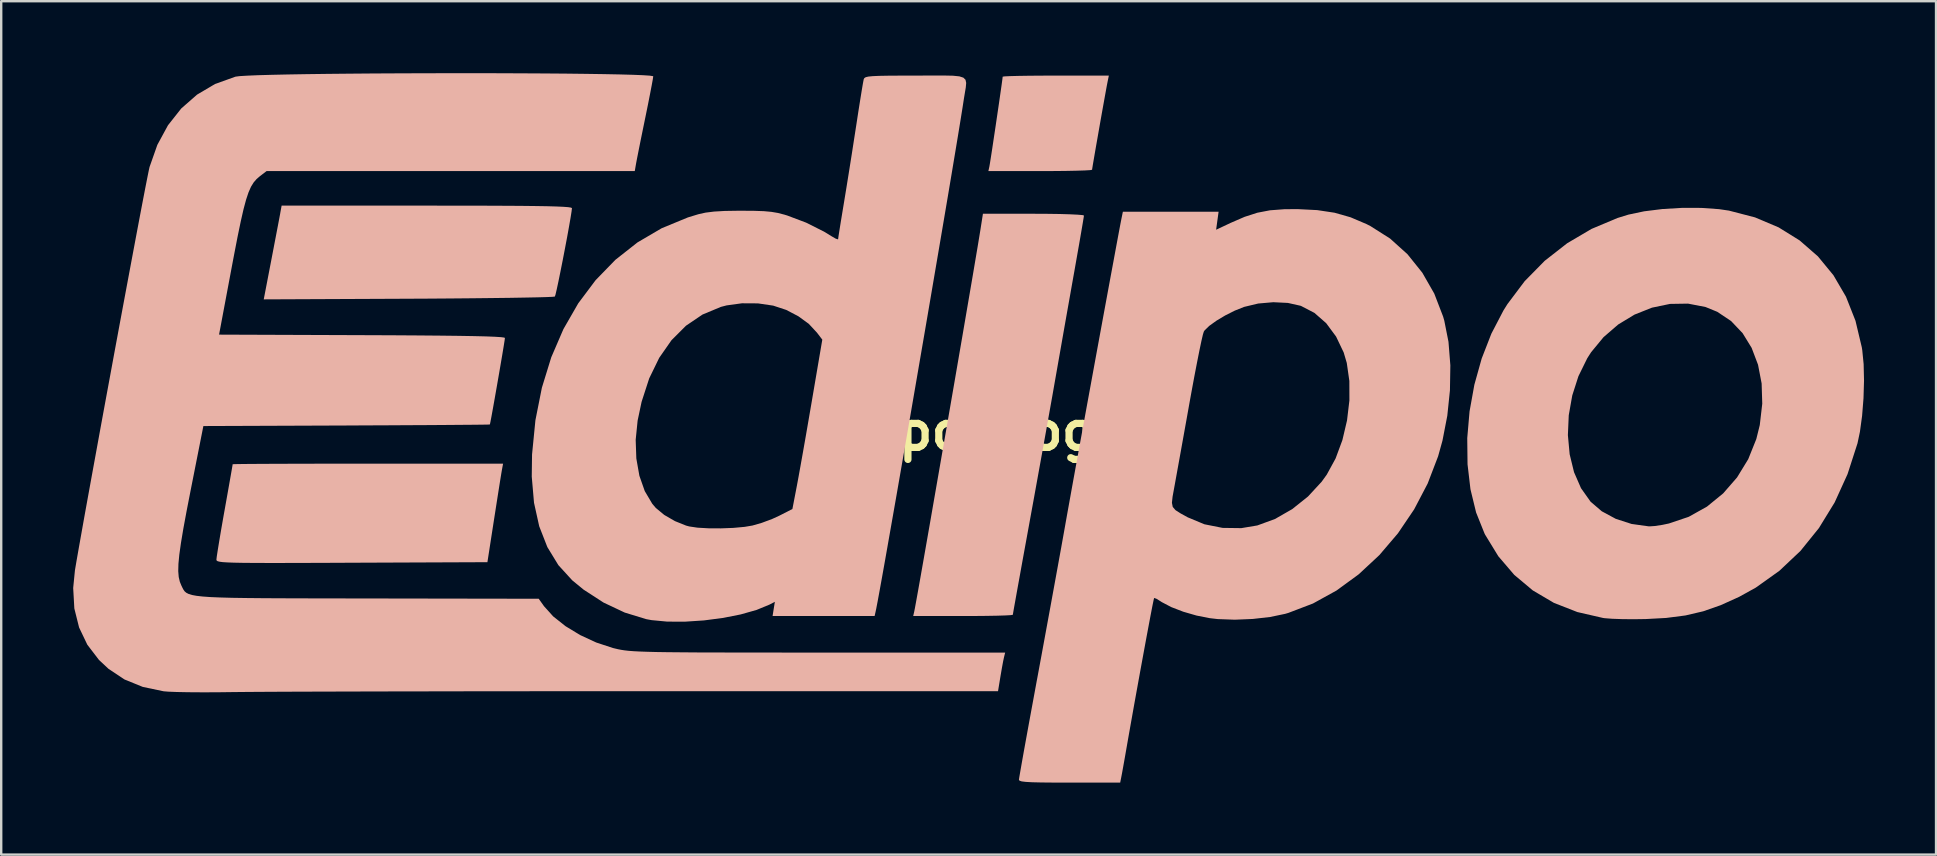
<source format=kicad_pcb>
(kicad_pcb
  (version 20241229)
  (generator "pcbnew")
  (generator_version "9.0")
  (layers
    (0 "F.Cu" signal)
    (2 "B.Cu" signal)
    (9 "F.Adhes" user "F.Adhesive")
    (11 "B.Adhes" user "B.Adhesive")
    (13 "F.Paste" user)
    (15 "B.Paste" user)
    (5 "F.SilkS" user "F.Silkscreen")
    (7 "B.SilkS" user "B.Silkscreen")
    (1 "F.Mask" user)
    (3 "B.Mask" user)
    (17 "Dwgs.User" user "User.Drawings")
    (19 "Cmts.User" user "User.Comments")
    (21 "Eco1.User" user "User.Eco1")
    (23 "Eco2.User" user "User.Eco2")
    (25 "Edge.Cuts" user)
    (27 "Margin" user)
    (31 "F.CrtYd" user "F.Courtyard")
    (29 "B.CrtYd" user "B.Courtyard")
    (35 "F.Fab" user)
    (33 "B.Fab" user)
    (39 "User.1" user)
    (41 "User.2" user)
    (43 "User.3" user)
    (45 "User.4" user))
  (footprint "EdipoBLogo"
    (layer "F.Cu")
    (at 37.465 14.917)
    (property "Reference" "EdipoBLogo" (at 0 0 0) (layer "F.SilkS") (effects (font (size 1.5 1.5) (thickness 0.3))))
    (attr board_only exclude_from_pos_files exclude_from_bom)
    (fp_poly (pts (xy 5.638 -14.541) (xy 5.602 -14.355) (xy 5.547 -14.051) (xy 5.476 -13.658) (xy 5.395 -13.206) (xy 5.31 -12.726) (xy 5.226 -12.246) (xy 5.147 -11.797) (xy 5.08 -11.408) (xy 5.029 -11.109) (xy 5 -10.929) (xy 4.995 -10.892) (xy 4.914 -10.877) (xy 4.687 -10.864) (xy 4.334 -10.853) (xy 3.88 -10.844) (xy 3.346 -10.839) (xy 2.835 -10.837) (xy 0.674 -10.837) (xy 0.716 -11.028) (xy 0.738 -11.155) (xy 0.779 -11.414) (xy 0.835 -11.776) (xy 0.9 -12.211) (xy 0.972 -12.689) (xy 1.044 -13.179) (xy 1.114 -13.652) (xy 1.175 -14.078) (xy 1.225 -14.426) (xy 1.258 -14.668) (xy 1.27 -14.772) (xy 1.27 -14.772) (xy 1.351 -14.784) (xy 1.579 -14.795) (xy 1.932 -14.804) (xy 2.388 -14.811) (xy 2.925 -14.815) (xy 3.482 -14.817) (xy 5.694 -14.817)) (stroke (width 0) (type solid)) (fill yes) (layer "B.SilkS"))
    (fp_poly (pts (xy -21.527 -9.397) (xy -20.484 -9.396) (xy -19.591 -9.392) (xy -18.839 -9.388) (xy -18.217 -9.381) (xy -17.715 -9.373) (xy -17.325 -9.362) (xy -17.036 -9.349) (xy -16.839 -9.334) (xy -16.724 -9.316) (xy -16.681 -9.296) (xy -16.68 -9.292) (xy -16.697 -9.149) (xy -16.74 -8.879) (xy -16.804 -8.511) (xy -16.883 -8.075) (xy -16.973 -7.601) (xy -17.066 -7.118) (xy -17.158 -6.656) (xy -17.242 -6.244) (xy -17.313 -5.913) (xy -17.365 -5.691) (xy -17.392 -5.609) (xy -17.485 -5.598) (xy -17.734 -5.587) (xy -18.125 -5.576) (xy -18.644 -5.566) (xy -19.278 -5.555) (xy -20.014 -5.546) (xy -20.837 -5.537) (xy -21.734 -5.529) (xy -22.692 -5.522) (xy -23.49 -5.518) (xy -29.524 -5.491) (xy -29.209 -7.127) (xy -29.108 -7.654) (xy -29.014 -8.145) (xy -28.933 -8.567) (xy -28.872 -8.888) (xy -28.837 -9.076) (xy -28.837 -9.081) (xy -28.779 -9.398) (xy -22.729 -9.398)) (stroke (width 0) (type solid)) (fill yes) (layer "B.SilkS"))
    (fp_poly (pts (xy -19.601 1.63) (xy -19.629 1.795) (xy -19.678 2.098) (xy -19.743 2.509) (xy -19.82 2.998) (xy -19.904 3.537) (xy -19.927 3.683) (xy -20.203 5.461) (xy -25.849 5.484) (xy -26.966 5.489) (xy -27.924 5.492) (xy -28.737 5.494) (xy -29.417 5.494) (xy -29.975 5.492) (xy -30.424 5.488) (xy -30.774 5.481) (xy -31.039 5.471) (xy -31.23 5.459) (xy -31.359 5.442) (xy -31.438 5.423) (xy -31.48 5.399) (xy -31.495 5.371) (xy -31.496 5.354) (xy -31.482 5.229) (xy -31.441 4.963) (xy -31.379 4.582) (xy -31.3 4.113) (xy -31.207 3.581) (xy -31.157 3.302) (xy -31.06 2.758) (xy -30.974 2.272) (xy -30.903 1.87) (xy -30.851 1.573) (xy -30.823 1.407) (xy -30.819 1.379) (xy -30.736 1.375) (xy -30.499 1.371) (xy -30.119 1.367) (xy -29.612 1.364) (xy -28.991 1.361) (xy -28.271 1.359) (xy -27.464 1.357) (xy -26.586 1.355) (xy -25.649 1.355) (xy -25.184 1.355) (xy -19.55 1.355)) (stroke (width 0) (type solid)) (fill yes) (layer "B.SilkS"))
    (fp_poly (pts (xy 3.129 -9.056) (xy 3.645 -9.049) (xy 4.079 -9.036) (xy 4.406 -9.02) (xy 4.605 -9.002) (xy 4.657 -8.985) (xy 4.642 -8.886) (xy 4.602 -8.642) (xy 4.539 -8.274) (xy 4.458 -7.804) (xy 4.361 -7.255) (xy 4.254 -6.647) (xy 4.229 -6.509) (xy 4.093 -5.741) (xy 3.942 -4.891) (xy 3.787 -4.013) (xy 3.637 -3.16) (xy 3.501 -2.388) (xy 3.431 -1.99) (xy 3.333 -1.432) (xy 3.209 -0.739) (xy 3.067 0.056) (xy 2.911 0.922) (xy 2.747 1.827) (xy 2.582 2.739) (xy 2.42 3.627) (xy 2.377 3.864) (xy 2.236 4.637) (xy 2.104 5.359) (xy 1.986 6.012) (xy 1.883 6.579) (xy 1.8 7.043) (xy 1.738 7.388) (xy 1.702 7.596) (xy 1.693 7.653) (xy 1.612 7.667) (xy 1.385 7.68) (xy 1.034 7.691) (xy 0.583 7.699) (xy 0.054 7.704) (xy -0.383 7.705) (xy -2.459 7.705) (xy -2.415 7.514) (xy -2.387 7.372) (xy -2.333 7.077) (xy -2.255 6.645) (xy -2.156 6.089) (xy -2.039 5.425) (xy -1.906 4.667) (xy -1.759 3.829) (xy -1.602 2.925) (xy -1.436 1.972) (xy -1.264 0.982) (xy -1.088 -0.029) (xy -0.912 -1.047) (xy -0.737 -2.057) (xy -0.567 -3.045) (xy -0.403 -3.996) (xy -0.249 -4.896) (xy -0.106 -5.73) (xy 0.023 -6.484) (xy 0.134 -7.142) (xy 0.227 -7.691) (xy 0.297 -8.116) (xy 0.344 -8.403) (xy 0.344 -8.403) (xy 0.447 -9.059) (xy 2.552 -9.059)) (stroke (width 0) (type solid)) (fill yes) (layer "B.SilkS"))
    (fp_poly (pts (xy 30.382 -9.303) (xy 31.123 -9.251) (xy 31.536 -9.19) (xy 32.622 -8.908) (xy 33.605 -8.492) (xy 34.48 -7.949) (xy 35.244 -7.283) (xy 35.889 -6.499) (xy 36.413 -5.603) (xy 36.809 -4.6) (xy 37.072 -3.495) (xy 37.092 -3.37) (xy 37.149 -2.791) (xy 37.165 -2.105) (xy 37.143 -1.369) (xy 37.085 -0.639) (xy 36.994 0.029) (xy 36.893 0.508) (xy 36.478 1.792) (xy 35.941 2.971) (xy 35.285 4.04) (xy 34.516 4.992) (xy 33.637 5.821) (xy 32.655 6.521) (xy 31.963 6.904) (xy 31.195 7.252) (xy 30.466 7.507) (xy 29.724 7.681) (xy 28.917 7.785) (xy 28.067 7.831) (xy 27.571 7.838) (xy 27.09 7.834) (xy 26.669 7.819) (xy 26.358 7.795) (xy 26.292 7.786) (xy 25.218 7.539) (xy 24.24 7.156) (xy 23.362 6.638) (xy 22.589 5.99) (xy 21.925 5.214) (xy 21.375 4.315) (xy 21.348 4.261) (xy 20.999 3.39) (xy 20.764 2.422) (xy 20.642 1.381) (xy 20.63 0.291) (xy 20.641 0.165) (xy 24.824 0.165) (xy 24.898 0.964) (xy 25.08 1.71) (xy 25.371 2.377) (xy 25.769 2.939) (xy 25.77 2.94) (xy 26.235 3.339) (xy 26.818 3.654) (xy 27.479 3.868) (xy 28.182 3.966) (xy 28.236 3.968) (xy 28.453 3.953) (xy 28.761 3.906) (xy 29.036 3.848) (xy 29.862 3.569) (xy 30.621 3.145) (xy 31.296 2.593) (xy 31.874 1.929) (xy 32.339 1.169) (xy 32.676 0.33) (xy 32.821 -0.254) (xy 32.924 -1.144) (xy 32.898 -1.987) (xy 32.748 -2.767) (xy 32.481 -3.471) (xy 32.105 -4.083) (xy 31.625 -4.588) (xy 31.049 -4.973) (xy 30.56 -5.173) (xy 29.831 -5.314) (xy 29.08 -5.302) (xy 28.329 -5.146) (xy 27.602 -4.857) (xy 26.922 -4.445) (xy 26.311 -3.918) (xy 25.792 -3.289) (xy 25.631 -3.037) (xy 25.263 -2.288) (xy 25.006 -1.487) (xy 24.86 -0.661) (xy 24.824 0.165) (xy 20.641 0.165) (xy 20.726 -0.823) (xy 20.927 -1.936) (xy 21.231 -3.024) (xy 21.635 -4.062) (xy 22.137 -5.026) (xy 22.306 -5.296) (xy 23.023 -6.249) (xy 23.859 -7.099) (xy 24.794 -7.83) (xy 25.81 -8.428) (xy 26.888 -8.881) (xy 27.347 -9.023) (xy 28.003 -9.161) (xy 28.765 -9.256) (xy 29.577 -9.304)) (stroke (width 0) (type solid)) (fill yes) (layer "B.SilkS"))
    (fp_poly (pts (xy -0.803 -14.812) (xy -0.536 -14.785) (xy -0.368 -14.731) (xy -0.279 -14.643) (xy -0.251 -14.511) (xy -0.267 -14.327) (xy -0.308 -14.082) (xy -0.345 -13.859) (xy -0.402 -13.489) (xy -0.484 -12.978) (xy -0.588 -12.341) (xy -0.713 -11.589) (xy -0.855 -10.737) (xy -1.013 -9.797) (xy -1.185 -8.781) (xy -1.368 -7.704) (xy -1.56 -6.577) (xy -1.758 -5.415) (xy -1.961 -4.229) (xy -2.167 -3.033) (xy -2.372 -1.84) (xy -2.575 -0.662) (xy -2.774 0.487) (xy -2.967 1.594) (xy -3.15 2.647) (xy -3.323 3.632) (xy -3.482 4.536) (xy -3.625 5.347) (xy -3.751 6.052) (xy -3.857 6.637) (xy -3.94 7.089) (xy -3.999 7.396) (xy -4.024 7.514) (xy -4.067 7.705) (xy -6.193 7.705) (xy -8.319 7.705) (xy -8.272 7.409) (xy -8.224 7.113) (xy -8.451 7.23) (xy -8.989 7.452) (xy -9.651 7.639) (xy -10.397 7.786) (xy -11.182 7.888) (xy -11.966 7.94) (xy -12.707 7.938) (xy -13.361 7.876) (xy -13.589 7.834) (xy -14.482 7.56) (xy -15.365 7.143) (xy -16.195 6.605) (xy -16.667 6.218) (xy -17.246 5.584) (xy -17.705 4.832) (xy -18.044 3.965) (xy -18.261 2.985) (xy -18.355 1.895) (xy -18.343 0.974) (xy -18.283 0.363) (xy -14.024 0.363) (xy -13.997 1.139) (xy -13.87 1.859) (xy -13.646 2.498) (xy -13.333 3.027) (xy -13.182 3.204) (xy -12.833 3.492) (xy -12.389 3.749) (xy -11.924 3.936) (xy -11.79 3.972) (xy -11.446 4.023) (xy -10.989 4.049) (xy -10.474 4.052) (xy -9.954 4.032) (xy -9.484 3.989) (xy -9.158 3.934) (xy -8.767 3.821) (xy -8.338 3.661) (xy -8.041 3.525) (xy -7.493 3.245) (xy -7.307 2.279) (xy -7.244 1.942) (xy -7.159 1.469) (xy -7.056 0.894) (xy -6.942 0.246) (xy -6.823 -0.442) (xy -6.703 -1.139) (xy -6.684 -1.25) (xy -6.247 -3.813) (xy -6.47 -4.105) (xy -6.811 -4.472) (xy -7.246 -4.788) (xy -7.751 -5.052) (xy -8.295 -5.231) (xy -8.929 -5.324) (xy -9.595 -5.328) (xy -10.235 -5.24) (xy -10.473 -5.178) (xy -11.241 -4.858) (xy -11.928 -4.393) (xy -12.531 -3.79) (xy -13.043 -3.056) (xy -13.461 -2.197) (xy -13.778 -1.22) (xy -13.943 -0.44) (xy -14.024 0.363) (xy -18.283 0.363) (xy -18.202 -0.457) (xy -17.933 -1.81) (xy -17.542 -3.078) (xy -17.035 -4.253) (xy -16.417 -5.327) (xy -15.693 -6.292) (xy -14.869 -7.14) (xy -13.95 -7.864) (xy -12.942 -8.455) (xy -11.849 -8.906) (xy -11.413 -9.039) (xy -11.113 -9.106) (xy -10.759 -9.15) (xy -10.314 -9.176) (xy -9.744 -9.185) (xy -9.61 -9.185) (xy -9.082 -9.181) (xy -8.682 -9.167) (xy -8.367 -9.138) (xy -8.096 -9.092) (xy -7.826 -9.022) (xy -7.705 -8.985) (xy -6.921 -8.689) (xy -6.174 -8.314) (xy -5.863 -8.123) (xy -5.69 -8.023) (xy -5.595 -7.992) (xy -5.588 -8.001) (xy -5.575 -8.1) (xy -5.538 -8.337) (xy -5.482 -8.687) (xy -5.411 -9.119) (xy -5.339 -9.554) (xy -5.242 -10.146) (xy -5.13 -10.842) (xy -5.013 -11.58) (xy -4.902 -12.296) (xy -4.826 -12.785) (xy -4.745 -13.315) (xy -4.669 -13.794) (xy -4.604 -14.196) (xy -4.554 -14.491) (xy -4.523 -14.653) (xy -4.519 -14.668) (xy -4.494 -14.714) (xy -4.436 -14.75) (xy -4.326 -14.776) (xy -4.142 -14.794) (xy -3.867 -14.806) (xy -3.479 -14.813) (xy -2.96 -14.816) (xy -2.365 -14.817) (xy -1.699 -14.819) (xy -1.184 -14.82)) (stroke (width 0) (type solid)) (fill yes) (layer "B.SilkS"))
    (fp_poly (pts (xy 14.378 -9.211) (xy 15.101 -9.102) (xy 15.767 -8.912) (xy 16.427 -8.631) (xy 16.593 -8.547) (xy 17.414 -8.026) (xy 18.139 -7.373) (xy 18.757 -6.603) (xy 19.256 -5.732) (xy 19.625 -4.773) (xy 19.673 -4.606) (xy 19.848 -3.723) (xy 19.926 -2.742) (xy 19.909 -1.703) (xy 19.799 -0.644) (xy 19.598 0.394) (xy 19.416 1.048) (xy 18.98 2.185) (xy 18.417 3.26) (xy 17.742 4.258) (xy 16.969 5.164) (xy 16.111 5.963) (xy 15.184 6.641) (xy 14.201 7.183) (xy 13.177 7.574) (xy 13.041 7.614) (xy 12.415 7.745) (xy 11.692 7.827) (xy 10.942 7.858) (xy 10.231 7.832) (xy 9.899 7.794) (xy 9.348 7.685) (xy 8.795 7.525) (xy 8.294 7.332) (xy 7.9 7.125) (xy 7.848 7.091) (xy 7.681 6.987) (xy 7.585 6.952) (xy 7.58 6.955) (xy 7.559 7.042) (xy 7.511 7.276) (xy 7.441 7.637) (xy 7.353 8.106) (xy 7.249 8.662) (xy 7.134 9.286) (xy 7.011 9.957) (xy 6.884 10.657) (xy 6.756 11.364) (xy 6.632 12.061) (xy 6.514 12.726) (xy 6.437 13.166) (xy 6.364 13.584) (xy 6.297 13.96) (xy 6.244 14.253) (xy 6.213 14.415) (xy 6.167 14.647) (xy 4.057 14.647) (xy 3.391 14.646) (xy 2.876 14.641) (xy 2.494 14.632) (xy 2.229 14.617) (xy 2.061 14.596) (xy 1.973 14.567) (xy 1.947 14.53) (xy 1.947 14.529) (xy 1.962 14.425) (xy 2.006 14.17) (xy 2.074 13.782) (xy 2.164 13.277) (xy 2.274 12.671) (xy 2.4 11.981) (xy 2.54 11.222) (xy 2.689 10.412) (xy 2.715 10.275) (xy 2.885 9.357) (xy 3.06 8.404) (xy 3.236 7.446) (xy 3.406 6.515) (xy 3.566 5.639) (xy 3.709 4.85) (xy 3.83 4.177) (xy 3.895 3.81) (xy 3.968 3.402) (xy 4.043 2.987) (xy 8.323 2.987) (xy 8.357 3.159) (xy 8.473 3.293) (xy 8.689 3.431) (xy 8.984 3.593) (xy 9.676 3.881) (xy 10.433 4.032) (xy 11.214 4.042) (xy 11.883 3.93) (xy 12.618 3.661) (xy 13.333 3.251) (xy 13.993 2.725) (xy 14.561 2.11) (xy 14.777 1.81) (xy 15.144 1.138) (xy 15.427 0.373) (xy 15.62 -0.446) (xy 15.719 -1.28) (xy 15.717 -2.091) (xy 15.61 -2.841) (xy 15.481 -3.278) (xy 15.164 -3.941) (xy 14.752 -4.498) (xy 14.261 -4.928) (xy 13.709 -5.215) (xy 13.683 -5.225) (xy 13.155 -5.343) (xy 12.546 -5.373) (xy 11.918 -5.318) (xy 11.334 -5.178) (xy 11.329 -5.177) (xy 10.942 -5.022) (xy 10.545 -4.822) (xy 10.176 -4.601) (xy 9.876 -4.385) (xy 9.683 -4.196) (xy 9.652 -4.148) (xy 9.614 -4.024) (xy 9.551 -3.753) (xy 9.468 -3.358) (xy 9.369 -2.859) (xy 9.257 -2.278) (xy 9.138 -1.636) (xy 9.059 -1.201) (xy 8.933 -0.495) (xy 8.809 0.194) (xy 8.693 0.839) (xy 8.589 1.414) (xy 8.503 1.889) (xy 8.44 2.238) (xy 8.419 2.353) (xy 8.35 2.732) (xy 8.323 2.987) (xy 4.043 2.987) (xy 4.064 2.87) (xy 4.179 2.232) (xy 4.311 1.505) (xy 4.457 0.703) (xy 4.614 -0.154) (xy 4.778 -1.053) (xy 4.947 -1.974) (xy 5.117 -2.903) (xy 5.286 -3.822) (xy 5.45 -4.716) (xy 5.607 -5.566) (xy 5.753 -6.358) (xy 5.886 -7.073) (xy 6.001 -7.697) (xy 6.097 -8.211) (xy 6.17 -8.6) (xy 6.218 -8.848) (xy 6.231 -8.911) (xy 6.279 -9.144) (xy 8.273 -9.144) (xy 10.268 -9.144) (xy 10.216 -8.768) (xy 10.165 -8.393) (xy 10.776 -8.681) (xy 11.353 -8.931) (xy 11.879 -9.101) (xy 12.41 -9.203) (xy 13.005 -9.248) (xy 13.547 -9.253)) (stroke (width 0) (type solid)) (fill yes) (layer "B.SilkS"))
    (fp_poly (pts (xy -19.808 -14.915) (xy -18.803 -14.911) (xy -17.841 -14.906) (xy -16.934 -14.899) (xy -16.097 -14.889) (xy -15.343 -14.878) (xy -14.687 -14.865) (xy -14.14 -14.85) (xy -13.718 -14.833) (xy -13.434 -14.814) (xy -13.301 -14.793) (xy -13.293 -14.786) (xy -13.309 -14.671) (xy -13.355 -14.417) (xy -13.425 -14.053) (xy -13.513 -13.606) (xy -13.615 -13.105) (xy -13.622 -13.072) (xy -13.729 -12.55) (xy -13.828 -12.065) (xy -13.911 -11.649) (xy -13.973 -11.335) (xy -14.007 -11.155) (xy -14.062 -10.837) (xy -21.734 -10.837) (xy -29.406 -10.837) (xy -29.68 -10.628) (xy -29.82 -10.508) (xy -29.943 -10.366) (xy -30.054 -10.186) (xy -30.158 -9.951) (xy -30.261 -9.642) (xy -30.367 -9.245) (xy -30.482 -8.741) (xy -30.612 -8.113) (xy -30.761 -7.345) (xy -30.858 -6.832) (xy -31.386 -4.022) (xy -25.43 -4) (xy -24.185 -3.995) (xy -23.102 -3.988) (xy -22.176 -3.98) (xy -21.398 -3.971) (xy -20.762 -3.96) (xy -20.261 -3.948) (xy -19.889 -3.933) (xy -19.639 -3.917) (xy -19.504 -3.899) (xy -19.473 -3.883) (xy -19.487 -3.777) (xy -19.525 -3.538) (xy -19.582 -3.194) (xy -19.653 -2.777) (xy -19.732 -2.316) (xy -19.815 -1.84) (xy -19.896 -1.379) (xy -19.97 -0.963) (xy -20.032 -0.621) (xy -20.077 -0.384) (xy -20.1 -0.28) (xy -20.101 -0.278) (xy -20.186 -0.274) (xy -20.427 -0.27) (xy -20.81 -0.266) (xy -21.322 -0.262) (xy -21.949 -0.257) (xy -22.677 -0.252) (xy -23.494 -0.248) (xy -24.385 -0.243) (xy -25.336 -0.239) (xy -26.079 -0.235) (xy -32.04 -0.212) (xy -32.568 2.455) (xy -32.739 3.332) (xy -32.874 4.061) (xy -32.974 4.659) (xy -33.042 5.142) (xy -33.079 5.529) (xy -33.087 5.835) (xy -33.067 6.079) (xy -33.021 6.277) (xy -32.956 6.435) (xy -32.913 6.525) (xy -32.871 6.605) (xy -32.822 6.675) (xy -32.753 6.734) (xy -32.654 6.785) (xy -32.514 6.828) (xy -32.324 6.863) (xy -32.071 6.892) (xy -31.746 6.915) (xy -31.338 6.932) (xy -30.835 6.946) (xy -30.228 6.955) (xy -29.505 6.962) (xy -28.657 6.966) (xy -27.671 6.969) (xy -26.538 6.971) (xy -25.246 6.973) (xy -25.195 6.973) (xy -18.065 6.985) (xy -17.843 7.297) (xy -17.462 7.72) (xy -16.948 8.128) (xy -16.338 8.498) (xy -15.669 8.808) (xy -14.978 9.036) (xy -14.879 9.06) (xy -14.755 9.089) (xy -14.627 9.114) (xy -14.484 9.136) (xy -14.315 9.155) (xy -14.108 9.171) (xy -13.854 9.184) (xy -13.54 9.195) (xy -13.156 9.205) (xy -12.69 9.212) (xy -12.131 9.217) (xy -11.468 9.222) (xy -10.69 9.224) (xy -9.786 9.226) (xy -8.744 9.227) (xy -7.554 9.228) (xy -6.404 9.228) (xy 1.373 9.229) (xy 1.326 9.419) (xy 1.288 9.596) (xy 1.236 9.88) (xy 1.179 10.211) (xy 1.177 10.223) (xy 1.076 10.837) (xy -13.757 10.837) (xy -15.369 10.838) (xy -16.958 10.838) (xy -18.514 10.839) (xy -20.027 10.841) (xy -21.486 10.842) (xy -22.882 10.845) (xy -24.202 10.847) (xy -25.438 10.85) (xy -26.579 10.853) (xy -27.614 10.856) (xy -28.533 10.859) (xy -29.325 10.863) (xy -29.981 10.867) (xy -30.489 10.871) (xy -30.839 10.875) (xy -30.868 10.875) (xy -31.506 10.883) (xy -32.118 10.884) (xy -32.675 10.88) (xy -33.146 10.871) (xy -33.503 10.857) (xy -33.697 10.841) (xy -34.564 10.659) (xy -35.326 10.349) (xy -35.994 9.905) (xy -36.391 9.534) (xy -36.876 8.9) (xy -37.219 8.182) (xy -37.417 7.39) (xy -37.465 6.537) (xy -37.392 5.798) (xy -37.325 5.403) (xy -37.233 4.879) (xy -37.119 4.239) (xy -36.987 3.498) (xy -36.837 2.671) (xy -36.673 1.77) (xy -36.498 0.811) (xy -36.315 -0.193) (xy -36.125 -1.227) (xy -35.931 -2.278) (xy -35.737 -3.331) (xy -35.544 -4.372) (xy -35.355 -5.387) (xy -35.173 -6.361) (xy -35.001 -7.281) (xy -34.841 -8.133) (xy -34.696 -8.902) (xy -34.568 -9.574) (xy -34.46 -10.135) (xy -34.374 -10.571) (xy -34.314 -10.868) (xy -34.283 -11.007) (xy -33.958 -11.93) (xy -33.515 -12.746) (xy -32.961 -13.447) (xy -32.304 -14.023) (xy -31.554 -14.466) (xy -30.717 -14.767) (xy -30.695 -14.773) (xy -30.528 -14.795) (xy -30.212 -14.814) (xy -29.762 -14.833) (xy -29.19 -14.849) (xy -28.511 -14.864) (xy -27.738 -14.877) (xy -26.884 -14.888) (xy -25.964 -14.897) (xy -24.991 -14.905) (xy -23.979 -14.91) (xy -22.941 -14.914) (xy -21.891 -14.916) (xy -20.842 -14.917)) (stroke (width 0) (type solid)) (fill yes) (layer "B.SilkS")))
  (gr_rect
    (start -3 -3)
    (end 77.631 32.564)
    (stroke (width 0.1) (type default))
    (fill no)
    (layer "Edge.Cuts")))
</source>
